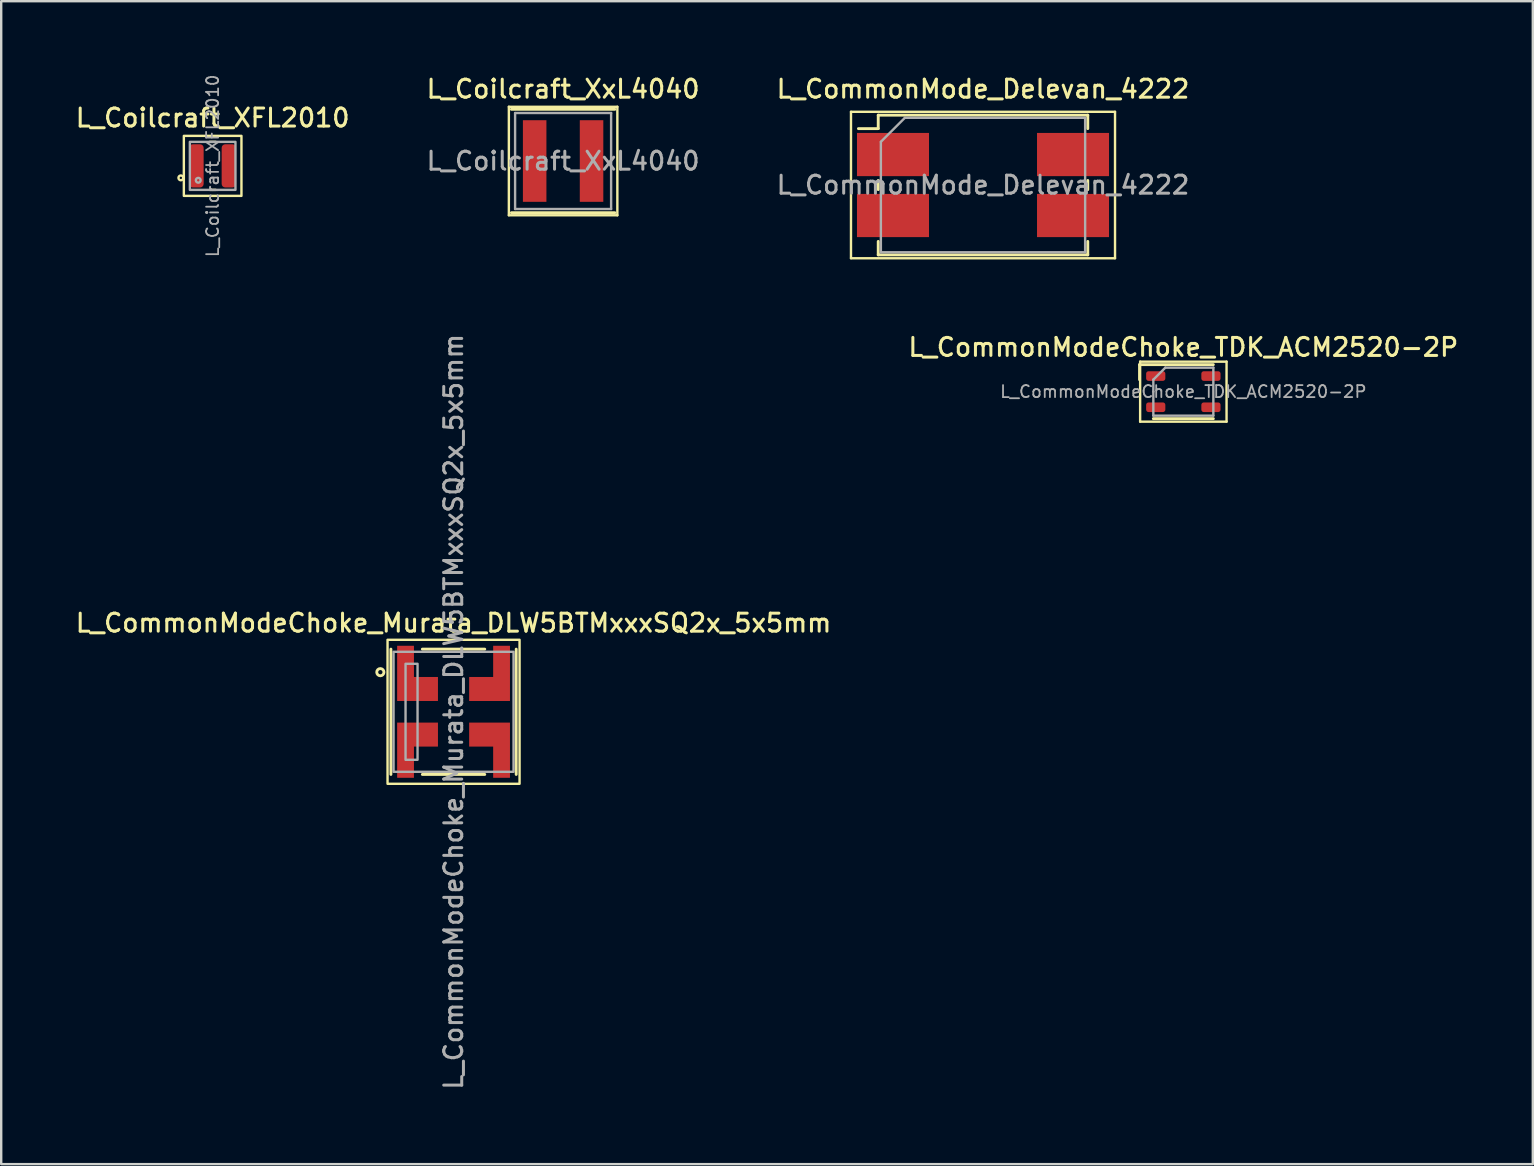
<source format=kicad_pcb>
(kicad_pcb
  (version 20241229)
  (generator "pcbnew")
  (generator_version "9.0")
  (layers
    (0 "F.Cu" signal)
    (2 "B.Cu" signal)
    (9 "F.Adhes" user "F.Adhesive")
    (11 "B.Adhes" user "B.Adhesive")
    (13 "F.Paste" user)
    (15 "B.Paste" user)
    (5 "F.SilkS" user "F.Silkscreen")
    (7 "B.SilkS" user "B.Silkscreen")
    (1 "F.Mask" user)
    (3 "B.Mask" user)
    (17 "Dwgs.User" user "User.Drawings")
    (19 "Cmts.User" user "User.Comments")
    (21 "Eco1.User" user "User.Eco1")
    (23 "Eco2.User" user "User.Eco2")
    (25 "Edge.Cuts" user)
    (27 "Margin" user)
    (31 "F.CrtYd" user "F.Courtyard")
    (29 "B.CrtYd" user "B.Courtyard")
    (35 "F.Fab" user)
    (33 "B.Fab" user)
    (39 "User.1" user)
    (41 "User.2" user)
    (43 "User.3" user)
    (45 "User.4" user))
  (footprint "L_CommonModeChoke_TDK_ACM2520-2P"
    (layer "F.Cu")
    (at 46.248 13.266)
    (property "Reference" "L_CommonModeChoke_TDK_ACM2520-2P" (at 0 -1.85 0) (layer "F.SilkS") (effects (font (size 0.75 0.75) (thickness 0.125))))
    (attr smd)
    (fp_line (start -1.825 -1.125) (end -1.825 -0.5) (stroke (width 0.12) (type default)) (layer "F.SilkS"))
    (fp_line (start -1.825 -1.125) (end 1.25 -1.125) (stroke (width 0.12) (type default)) (layer "F.SilkS"))
    (fp_line (start -1.8 -1.25) (end 1.8 -1.25) (stroke (width 0.1) (type default)) (layer "F.SilkS"))
    (fp_line (start -1.8 1.25) (end -1.8 -1.25) (stroke (width 0.1) (type default)) (layer "F.SilkS"))
    (fp_line (start -1.25 1.125) (end 1.25 1.125) (stroke (width 0.12) (type default)) (layer "F.SilkS"))
    (fp_line (start 1.8 -1.25) (end 1.8 1.25) (stroke (width 0.1) (type default)) (layer "F.SilkS"))
    (fp_line (start 1.8 1.25) (end -1.8 1.25) (stroke (width 0.1) (type default)) (layer "F.SilkS"))
    (fp_line (start -1.25 0) (end -1.25 -0.5) (stroke (width 0.1) (type default)) (layer "F.Fab"))
    (fp_line (start -1.25 1) (end -1.25 0) (stroke (width 0.1) (type default)) (layer "F.Fab"))
    (fp_line (start -0.75 -1) (end -1.25 -0.5) (stroke (width 0.1) (type default)) (layer "F.Fab"))
    (fp_line (start -0.75 -1) (end 1.25 -1) (stroke (width 0.1) (type default)) (layer "F.Fab"))
    (fp_line (start 1.25 -1) (end 1.25 1) (stroke (width 0.1) (type default)) (layer "F.Fab"))
    (fp_line (start 1.25 1) (end -1.25 1) (stroke (width 0.1) (type default)) (layer "F.Fab"))
    (fp_text user "${REFERENCE}" (at 0 0 0) (layer "F.Fab") (effects (font (size 0.5 0.5) (thickness 0.075))))
    (pad "1" smd roundrect (at -1.15 -0.65) (size 0.8 0.4) (layers "F.Cu" "F.Mask" "F.Paste") (roundrect_rratio 0.25))
    (pad "2" smd roundrect (at -1.15 0.65) (size 0.8 0.4) (layers "F.Cu" "F.Mask" "F.Paste") (roundrect_rratio 0.25))
    (pad "3" smd roundrect (at 1.15 0.65) (size 0.8 0.4) (layers "F.Cu" "F.Mask" "F.Paste") (roundrect_rratio 0.25))
    (pad "4" smd roundrect (at 1.15 -0.65) (size 0.8 0.4) (layers "F.Cu" "F.Mask" "F.Paste") (roundrect_rratio 0.25)))
  (footprint "L_CommonMode_Delevan_4222"
    (layer "F.Cu")
    (at 37.902 4.658)
    (property "Reference" "L_CommonMode_Delevan_4222" (at 0 -4 0) (layer "F.SilkS") (effects (font (size 0.75 0.75) (thickness 0.125))))
    (attr smd)
    (fp_line (start -5.5 -3.05) (end 5.5 -3.05) (stroke (width 0.1) (type solid)) (layer "F.SilkS"))
    (fp_line (start -5.5 3.05) (end -5.5 -3.05) (stroke (width 0.1) (type solid)) (layer "F.SilkS"))
    (fp_line (start -5.19 -2.35) (end -4.365 -2.35) (stroke (width 0.12) (type solid)) (layer "F.SilkS"))
    (fp_line (start -4.365 -2.91) (end -4.365 -2.35) (stroke (width 0.12) (type solid)) (layer "F.SilkS"))
    (fp_line (start -4.365 -2.91) (end 4.365 -2.91) (stroke (width 0.12) (type solid)) (layer "F.SilkS"))
    (fp_line (start -4.365 -0.19) (end -4.365 0.19) (stroke (width 0.12) (type solid)) (layer "F.SilkS"))
    (fp_line (start -4.365 2.91) (end -4.365 2.35) (stroke (width 0.12) (type solid)) (layer "F.SilkS"))
    (fp_line (start 4.365 -2.91) (end 4.365 -2.35) (stroke (width 0.12) (type solid)) (layer "F.SilkS"))
    (fp_line (start 4.365 -0.19) (end 4.365 0.19) (stroke (width 0.12) (type solid)) (layer "F.SilkS"))
    (fp_line (start 4.365 2.91) (end -4.365 2.91) (stroke (width 0.12) (type solid)) (layer "F.SilkS"))
    (fp_line (start 4.365 2.91) (end 4.365 2.35) (stroke (width 0.12) (type solid)) (layer "F.SilkS"))
    (fp_line (start 5.5 -3.05) (end 5.5 3.05) (stroke (width 0.1) (type solid)) (layer "F.SilkS"))
    (fp_line (start 5.5 3.05) (end -5.5 3.05) (stroke (width 0.1) (type solid)) (layer "F.SilkS"))
    (fp_line (start -4.255 -1.8) (end -4.255 2.8) (stroke (width 0.1) (type solid)) (layer "F.Fab"))
    (fp_line (start -4.255 -1.8) (end -3.255 -2.8) (stroke (width 0.1) (type solid)) (layer "F.Fab"))
    (fp_line (start -3.255 -2.8) (end 4.255 -2.8) (stroke (width 0.1) (type solid)) (layer "F.Fab"))
    (fp_line (start 4.255 -2.8) (end 4.255 2.8) (stroke (width 0.1) (type solid)) (layer "F.Fab"))
    (fp_line (start 4.255 2.8) (end -4.255 2.8) (stroke (width 0.1) (type solid)) (layer "F.Fab"))
    (fp_text user "${REFERENCE}" (at 0 0 0) (layer "F.Fab") (effects (font (size 0.75 0.75) (thickness 0.125))))
    (pad "1" smd rect (at -3.75 -1.27) (size 3 1.8) (layers "F.Cu" "F.Mask" "F.Paste"))
    (pad "2" smd rect (at -3.75 1.27) (size 3 1.8) (layers "F.Cu" "F.Mask" "F.Paste"))
    (pad "3" smd rect (at 3.75 1.27) (size 3 1.8) (layers "F.Cu" "F.Mask" "F.Paste"))
    (pad "4" smd rect (at 3.75 -1.27) (size 3 1.8) (layers "F.Cu" "F.Mask" "F.Paste")))
  (footprint "L_Coilcraft_XFL2010"
    (layer "F.Cu")
    (at 5.809 3.86)
    (property "Reference" "L_Coilcraft_XFL2010" (at 0 -2 0) (unlocked yes) (layer "F.SilkS") (effects (font (size 0.75 0.75) (thickness 0.125))))
    (attr smd)
    (fp_line (start -0.125 -1) (end 0.125 -1) (stroke (width 0.1) (type solid)) (layer "F.SilkS"))
    (fp_line (start -0.125 1) (end 0.125 1) (stroke (width 0.1) (type solid)) (layer "F.SilkS"))
    (fp_rect (start -1.2 -1.25) (end 1.2 1.25) (stroke (width 0.1) (type default)) (fill no) (layer "F.SilkS"))
    (fp_circle (center -1.325 0.5) (end -1.225 0.5) (stroke (width 0.1) (type solid)) (fill no) (layer "F.SilkS"))
    (fp_rect (start -0.95 -1) (end 0.95 1) (stroke (width 0.1) (type solid)) (fill no) (layer "F.Fab"))
    (fp_circle (center -0.6 0.6) (end -0.6 0.7) (stroke (width 0.1) (type solid)) (fill no) (layer "F.Fab"))
    (fp_text user "${REFERENCE}" (at 0 0 90) (unlocked yes) (layer "F.Fab") (effects (font (size 0.5 0.5) (thickness 0.075))))
    (pad "1" smd roundrect (at -0.675 0) (size 0.6 1.8) (layers "F.Cu" "F.Mask" "F.Paste") (roundrect_rratio 0.25))
    (pad "2" smd roundrect (at 0.675 0) (size 0.6 1.8) (layers "F.Cu" "F.Mask" "F.Paste") (roundrect_rratio 0.25)))
  (footprint "L_CommonModeChoke_Murata_DLW5BTMxxxSQ2x_5x5mm"
    (layer "F.Cu")
    (at 15.845 26.603)
    (property "Reference" "L_CommonModeChoke_Murata_DLW5BTMxxxSQ2x_5x5mm" (at 0 -3.7 0) (layer "F.SilkS") (effects (font (size 0.75 0.75) (thickness 0.125))))
    (attr smd)
    (fp_line (start -2.61 -2.61) (end -2.61 2.61) (stroke (width 0.12) (type solid)) (layer "F.SilkS"))
    (fp_line (start -1.3 -2.61) (end 1.3 -2.61) (stroke (width 0.12) (type solid)) (layer "F.SilkS"))
    (fp_line (start -1.3 2.61) (end 1.3 2.61) (stroke (width 0.12) (type solid)) (layer "F.SilkS"))
    (fp_line (start 2.61 -2.61) (end 2.61 2.61) (stroke (width 0.12) (type solid)) (layer "F.SilkS"))
    (fp_rect (start -2.75 -3) (end 2.75 3) (stroke (width 0.1) (type default)) (fill no) (layer "F.SilkS"))
    (fp_circle (center -3.05 -1.65) (end -3.05 -1.5) (stroke (width 0.12) (type solid)) (fill no) (layer "F.SilkS"))
    (fp_rect (start -2.5 -2.5) (end 2.5 2.5) (stroke (width 0.1) (type default)) (fill no) (layer "F.Fab"))
    (fp_rect (start -2 -2) (end -1.5 2) (stroke (width 0.1) (type default)) (fill no) (layer "F.Fab"))
    (fp_text user "${REFERENCE}" (at 0 0 90) (layer "F.Fab") (effects (font (size 0.75 0.75) (thickness 0.125))))
    (pad "1" smd custom (at -1.5 -0.95 270) (size 1 1.7) (layers "F.Cu" "F.Mask" "F.Paste") (options (anchor rect)) (primitives (gr_poly (pts (xy -1.8 0.85) (xy 0.5 0.85) (xy 0.5 -0.85) (xy -0.5 -0.85) (xy -0.5 0.15) (xy -1.8 0.15)) (width 0) (fill yes))))
    (pad "2" smd custom (at -1.5 0.95 270) (size 1 1.7) (layers "F.Cu" "F.Mask" "F.Paste") (options (anchor rect)) (primitives (gr_poly (pts (xy 1.8 0.85) (xy -0.5 0.85) (xy -0.5 -0.85) (xy 0.5 -0.85) (xy 0.5 0.15) (xy 1.8 0.15)) (width 0) (fill yes))))
    (pad "3" smd custom (at 1.5 0.95 90) (size 1 1.7) (layers "F.Cu" "F.Mask" "F.Paste") (options (anchor rect)) (primitives (gr_poly (pts (xy -1.8 0.85) (xy 0.5 0.85) (xy 0.5 -0.85) (xy -0.5 -0.85) (xy -0.5 0.15) (xy -1.8 0.15)) (width 0) (fill yes))))
    (pad "4" smd custom (at 1.5 -0.95 90) (size 1 1.7) (layers "F.Cu" "F.Mask" "F.Paste") (options (anchor rect)) (primitives (gr_poly (pts (xy 1.8 0.85) (xy -0.5 0.85) (xy -0.5 -0.85) (xy 0.5 -0.85) (xy 0.5 0.15) (xy 1.8 0.15)) (width 0) (fill yes)))))
  (footprint "L_Coilcraft_XxL4040"
    (layer "F.Cu")
    (at 20.409 3.658)
    (property "Reference" "L_Coilcraft_XxL4040" (at 0 -3 0) (layer "F.SilkS") (effects (font (size 0.75 0.75) (thickness 0.125))))
    (attr smd)
    (fp_line (start -2.26 -2.26) (end 2.26 -2.26) (stroke (width 0.1) (type solid)) (layer "F.SilkS"))
    (fp_line (start -2.26 2.26) (end -2.26 -2.26) (stroke (width 0.1) (type solid)) (layer "F.SilkS"))
    (fp_line (start -2.154 -2.154) (end 2.154 -2.154) (stroke (width 0.12) (type solid)) (layer "F.SilkS"))
    (fp_line (start 2.154 2.154) (end -2.154 2.154) (stroke (width 0.12) (type solid)) (layer "F.SilkS"))
    (fp_line (start 2.26 -2.26) (end 2.26 2.26) (stroke (width 0.1) (type solid)) (layer "F.SilkS"))
    (fp_line (start 2.26 2.26) (end -2.26 2.26) (stroke (width 0.1) (type solid)) (layer "F.SilkS"))
    (fp_line (start -2 -2) (end 2 -2) (stroke (width 0.1) (type solid)) (layer "F.Fab"))
    (fp_line (start -2 2) (end -2 -2) (stroke (width 0.1) (type solid)) (layer "F.Fab"))
    (fp_line (start 2 -2) (end 2 2) (stroke (width 0.1) (type solid)) (layer "F.Fab"))
    (fp_line (start 2 2) (end -2 2) (stroke (width 0.1) (type solid)) (layer "F.Fab"))
    (fp_text user "${REFERENCE}" (at 0 0 0) (layer "F.Fab") (effects (font (size 0.75 0.75) (thickness 0.125))))
    (pad "1" smd rect (at -1.185 0) (size 0.98 3.4) (layers "F.Cu" "F.Mask" "F.Paste"))
    (pad "2" smd rect (at 1.185 0) (size 0.98 3.4) (layers "F.Cu" "F.Mask" "F.Paste")))
  (gr_rect
    (start -3 -3)
    (end 60.807 45.447)
    (stroke (width 0.1) (type default))
    (fill no)
    (layer "Edge.Cuts")))
</source>
